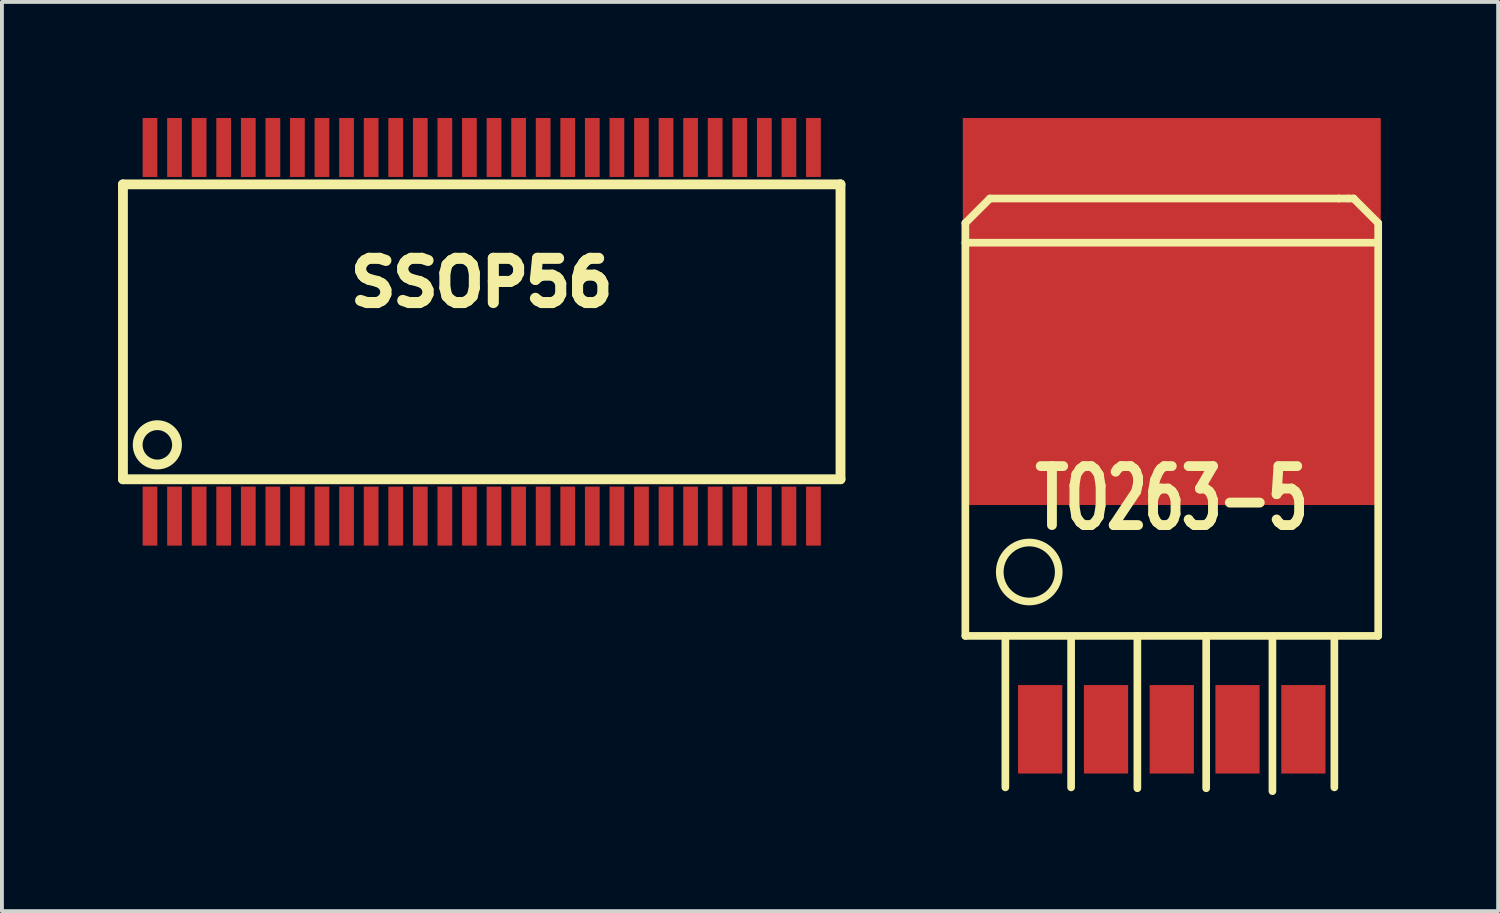
<source format=kicad_pcb>
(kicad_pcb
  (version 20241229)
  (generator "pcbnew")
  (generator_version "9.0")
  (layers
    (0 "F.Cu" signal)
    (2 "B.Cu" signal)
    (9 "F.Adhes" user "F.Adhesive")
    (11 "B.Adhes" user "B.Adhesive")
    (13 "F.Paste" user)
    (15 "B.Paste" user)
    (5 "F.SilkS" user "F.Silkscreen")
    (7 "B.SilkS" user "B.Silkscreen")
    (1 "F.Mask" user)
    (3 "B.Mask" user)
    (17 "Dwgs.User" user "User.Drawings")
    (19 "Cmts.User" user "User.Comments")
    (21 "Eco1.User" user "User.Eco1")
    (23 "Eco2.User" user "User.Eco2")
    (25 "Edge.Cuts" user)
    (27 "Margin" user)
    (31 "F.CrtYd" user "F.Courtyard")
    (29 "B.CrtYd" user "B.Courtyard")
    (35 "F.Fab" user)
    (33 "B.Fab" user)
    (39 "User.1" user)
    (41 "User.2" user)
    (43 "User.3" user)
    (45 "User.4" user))
  (footprint "SSOP56"
    (layer "F.Cu")
    (at 9.398 5.524)
    (property "Reference" "SSOP56" (at 0 -1.27 0) (layer "F.SilkS") (effects (font (size 1.143 1.143) (thickness 0.287))))
    (attr smd)
    (fp_line (start -9.271 -3.81) (end -9.271 3.81) (stroke (width 0.254) (type solid)) (layer "F.SilkS"))
    (fp_line (start -9.271 3.81) (end 9.271 3.81) (stroke (width 0.254) (type solid)) (layer "F.SilkS"))
    (fp_line (start 9.271 -3.81) (end -9.271 -3.81) (stroke (width 0.254) (type solid)) (layer "F.SilkS"))
    (fp_line (start 9.271 3.81) (end 9.271 -3.81) (stroke (width 0.254) (type solid)) (layer "F.SilkS"))
    (fp_circle (center -8.382 2.921) (end -8.382 2.413) (stroke (width 0.254) (type solid)) (fill no) (layer "F.SilkS"))
    (pad "1" smd rect (at -8.572 4.763) (size 0.381 1.524) (layers "F.Cu" "F.Mask" "F.Paste"))
    (pad "2" smd rect (at -7.938 4.763) (size 0.381 1.524) (layers "F.Cu" "F.Mask" "F.Paste"))
    (pad "3" smd rect (at -7.303 4.763) (size 0.381 1.524) (layers "F.Cu" "F.Mask" "F.Paste"))
    (pad "4" smd rect (at -6.668 4.763) (size 0.381 1.524) (layers "F.Cu" "F.Mask" "F.Paste"))
    (pad "5" smd rect (at -6.032 4.763) (size 0.381 1.524) (layers "F.Cu" "F.Mask" "F.Paste"))
    (pad "6" smd rect (at -5.397 4.763) (size 0.381 1.524) (layers "F.Cu" "F.Mask" "F.Paste"))
    (pad "7" smd rect (at -4.763 4.763) (size 0.381 1.524) (layers "F.Cu" "F.Mask" "F.Paste"))
    (pad "8" smd rect (at -4.128 4.763) (size 0.381 1.524) (layers "F.Cu" "F.Mask" "F.Paste"))
    (pad "9" smd rect (at -3.493 4.763) (size 0.381 1.524) (layers "F.Cu" "F.Mask" "F.Paste"))
    (pad "10" smd rect (at -2.857 4.763) (size 0.381 1.524) (layers "F.Cu" "F.Mask" "F.Paste"))
    (pad "11" smd rect (at -2.223 4.763) (size 0.381 1.524) (layers "F.Cu" "F.Mask" "F.Paste"))
    (pad "12" smd rect (at -1.587 4.763) (size 0.381 1.524) (layers "F.Cu" "F.Mask" "F.Paste"))
    (pad "13" smd rect (at -0.953 4.763) (size 0.381 1.524) (layers "F.Cu" "F.Mask" "F.Paste"))
    (pad "14" smd rect (at -0.318 4.763) (size 0.381 1.524) (layers "F.Cu" "F.Mask" "F.Paste"))
    (pad "15" smd rect (at 0.318 4.763) (size 0.381 1.524) (layers "F.Cu" "F.Mask" "F.Paste"))
    (pad "16" smd rect (at 0.953 4.763) (size 0.381 1.524) (layers "F.Cu" "F.Mask" "F.Paste"))
    (pad "17" smd rect (at 1.587 4.763) (size 0.381 1.524) (layers "F.Cu" "F.Mask" "F.Paste"))
    (pad "18" smd rect (at 2.223 4.763) (size 0.381 1.524) (layers "F.Cu" "F.Mask" "F.Paste"))
    (pad "19" smd rect (at 2.857 4.763) (size 0.381 1.524) (layers "F.Cu" "F.Mask" "F.Paste"))
    (pad "20" smd rect (at 3.493 4.763) (size 0.381 1.524) (layers "F.Cu" "F.Mask" "F.Paste"))
    (pad "21" smd rect (at 4.128 4.763) (size 0.381 1.524) (layers "F.Cu" "F.Mask" "F.Paste"))
    (pad "22" smd rect (at 4.763 4.763) (size 0.381 1.524) (layers "F.Cu" "F.Mask" "F.Paste"))
    (pad "23" smd rect (at 5.397 4.763) (size 0.381 1.524) (layers "F.Cu" "F.Mask" "F.Paste"))
    (pad "24" smd rect (at 6.032 4.763) (size 0.381 1.524) (layers "F.Cu" "F.Mask" "F.Paste"))
    (pad "25" smd rect (at 6.668 4.763) (size 0.381 1.524) (layers "F.Cu" "F.Mask" "F.Paste"))
    (pad "26" smd rect (at 7.303 4.763) (size 0.381 1.524) (layers "F.Cu" "F.Mask" "F.Paste"))
    (pad "27" smd rect (at 7.938 4.763) (size 0.381 1.524) (layers "F.Cu" "F.Mask" "F.Paste"))
    (pad "28" smd rect (at 8.572 4.763) (size 0.381 1.524) (layers "F.Cu" "F.Mask" "F.Paste"))
    (pad "29" smd rect (at 8.572 -4.763) (size 0.381 1.524) (layers "F.Cu" "F.Mask" "F.Paste"))
    (pad "30" smd rect (at 7.938 -4.763) (size 0.381 1.524) (layers "F.Cu" "F.Mask" "F.Paste"))
    (pad "31" smd rect (at 7.303 -4.763) (size 0.381 1.524) (layers "F.Cu" "F.Mask" "F.Paste"))
    (pad "32" smd rect (at 6.668 -4.763) (size 0.381 1.524) (layers "F.Cu" "F.Mask" "F.Paste"))
    (pad "33" smd rect (at 6.032 -4.763) (size 0.381 1.524) (layers "F.Cu" "F.Mask" "F.Paste"))
    (pad "34" smd rect (at 5.397 -4.763) (size 0.381 1.524) (layers "F.Cu" "F.Mask" "F.Paste"))
    (pad "35" smd rect (at 4.763 -4.763) (size 0.381 1.524) (layers "F.Cu" "F.Mask" "F.Paste"))
    (pad "36" smd rect (at 4.128 -4.763) (size 0.381 1.524) (layers "F.Cu" "F.Mask" "F.Paste"))
    (pad "37" smd rect (at 3.493 -4.763) (size 0.381 1.524) (layers "F.Cu" "F.Mask" "F.Paste"))
    (pad "38" smd rect (at 2.857 -4.763) (size 0.381 1.524) (layers "F.Cu" "F.Mask" "F.Paste"))
    (pad "39" smd rect (at 2.223 -4.763) (size 0.381 1.524) (layers "F.Cu" "F.Mask" "F.Paste"))
    (pad "40" smd rect (at 1.587 -4.763) (size 0.381 1.524) (layers "F.Cu" "F.Mask" "F.Paste"))
    (pad "41" smd rect (at 0.953 -4.763) (size 0.381 1.524) (layers "F.Cu" "F.Mask" "F.Paste"))
    (pad "42" smd rect (at 0.318 -4.763) (size 0.381 1.524) (layers "F.Cu" "F.Mask" "F.Paste"))
    (pad "43" smd rect (at -0.318 -4.763) (size 0.381 1.524) (layers "F.Cu" "F.Mask" "F.Paste"))
    (pad "44" smd rect (at -0.953 -4.763) (size 0.381 1.524) (layers "F.Cu" "F.Mask" "F.Paste"))
    (pad "45" smd rect (at -1.587 -4.763) (size 0.381 1.524) (layers "F.Cu" "F.Mask" "F.Paste"))
    (pad "46" smd rect (at -2.223 -4.763) (size 0.381 1.524) (layers "F.Cu" "F.Mask" "F.Paste"))
    (pad "47" smd rect (at -2.857 -4.763) (size 0.381 1.524) (layers "F.Cu" "F.Mask" "F.Paste"))
    (pad "48" smd rect (at -3.493 -4.763) (size 0.381 1.524) (layers "F.Cu" "F.Mask" "F.Paste"))
    (pad "49" smd rect (at -4.128 -4.763) (size 0.381 1.524) (layers "F.Cu" "F.Mask" "F.Paste"))
    (pad "50" smd rect (at -4.763 -4.763) (size 0.381 1.524) (layers "F.Cu" "F.Mask" "F.Paste"))
    (pad "51" smd rect (at -5.397 -4.763) (size 0.381 1.524) (layers "F.Cu" "F.Mask" "F.Paste"))
    (pad "52" smd rect (at -6.032 -4.763) (size 0.381 1.524) (layers "F.Cu" "F.Mask" "F.Paste"))
    (pad "53" smd rect (at -6.668 -4.763) (size 0.381 1.524) (layers "F.Cu" "F.Mask" "F.Paste"))
    (pad "54" smd rect (at -7.303 -4.763) (size 0.381 1.524) (layers "F.Cu" "F.Mask" "F.Paste"))
    (pad "55" smd rect (at -7.938 -4.763) (size 0.381 1.524) (layers "F.Cu" "F.Mask" "F.Paste"))
    (pad "56" smd rect (at -8.572 -4.763) (size 0.381 1.524) (layers "F.Cu" "F.Mask" "F.Paste")))
  (footprint "TO263-5"
    (layer "F.Cu")
    (at 27.229 15.795)
    (property "Reference" "TO263-5" (at 0 -5.969 0) (layer "F.SilkS") (effects (font (size 1.524 1.016) (thickness 0.254))))
    (attr smd)
    (fp_line (start -5.334 -13.081) (end -4.699 -13.716) (stroke (width 0.198) (type solid)) (layer "F.SilkS"))
    (fp_line (start -5.334 -2.413) (end -5.334 -13.081) (stroke (width 0.198) (type solid)) (layer "F.SilkS"))
    (fp_line (start -5.334 -2.413) (end 5.334 -2.413) (stroke (width 0.198) (type solid)) (layer "F.SilkS"))
    (fp_line (start -4.699 -13.716) (end 4.318 -13.716) (stroke (width 0.198) (type solid)) (layer "F.SilkS"))
    (fp_line (start -4.3 -2.4) (end -4.3 1.501) (stroke (width 0.198) (type solid)) (layer "F.SilkS"))
    (fp_line (start -2.601 -2.4) (end -2.601 1.501) (stroke (width 0.198) (type solid)) (layer "F.SilkS"))
    (fp_line (start -0.889 -2.413) (end -0.889 1.524) (stroke (width 0.198) (type solid)) (layer "F.SilkS"))
    (fp_line (start 0.889 1.524) (end 0.889 -2.413) (stroke (width 0.198) (type solid)) (layer "F.SilkS"))
    (fp_line (start 2.601 -2.4) (end 2.601 1.6) (stroke (width 0.198) (type solid)) (layer "F.SilkS"))
    (fp_line (start 4.201 -2.4) (end 4.201 1.501) (stroke (width 0.198) (type solid)) (layer "F.SilkS"))
    (fp_line (start 4.318 -13.716) (end 4.572 -13.716) (stroke (width 0.198) (type solid)) (layer "F.SilkS"))
    (fp_line (start 4.572 -13.716) (end 4.699 -13.716) (stroke (width 0.198) (type solid)) (layer "F.SilkS"))
    (fp_line (start 4.699 -13.716) (end 5.334 -13.081) (stroke (width 0.198) (type solid)) (layer "F.SilkS"))
    (fp_line (start 5.334 -13.081) (end 5.334 -2.413) (stroke (width 0.198) (type solid)) (layer "F.SilkS"))
    (fp_line (start 5.334 -12.573) (end -5.334 -12.573) (stroke (width 0.198) (type solid)) (layer "F.SilkS"))
    (fp_circle (center -3.683 -4.064) (end -3.683 -3.302) (stroke (width 0.198) (type solid)) (fill no) (layer "F.SilkS"))
    (pad "1" smd rect (at -3.401 0) (size 1.143 2.286) (layers "F.Cu" "F.Mask" "F.Paste"))
    (pad "2" smd rect (at -1.699 0) (size 1.143 2.286) (layers "F.Cu" "F.Mask" "F.Paste"))
    (pad "3" smd rect (at 0 -10.795) (size 10.8 10) (layers "F.Cu" "F.Mask" "F.Paste"))
    (pad "3" smd rect (at 0 0) (size 1.143 2.286) (layers "F.Cu" "F.Mask" "F.Paste"))
    (pad "4" smd rect (at 1.699 0) (size 1.143 2.286) (layers "F.Cu" "F.Mask" "F.Paste"))
    (pad "5" smd rect (at 3.401 0) (size 1.143 2.286) (layers "F.Cu" "F.Mask" "F.Paste")))
  (gr_rect
    (start -3 -3)
    (end 35.662 20.494)
    (stroke (width 0.1) (type default))
    (fill no)
    (layer "Edge.Cuts")))
</source>
